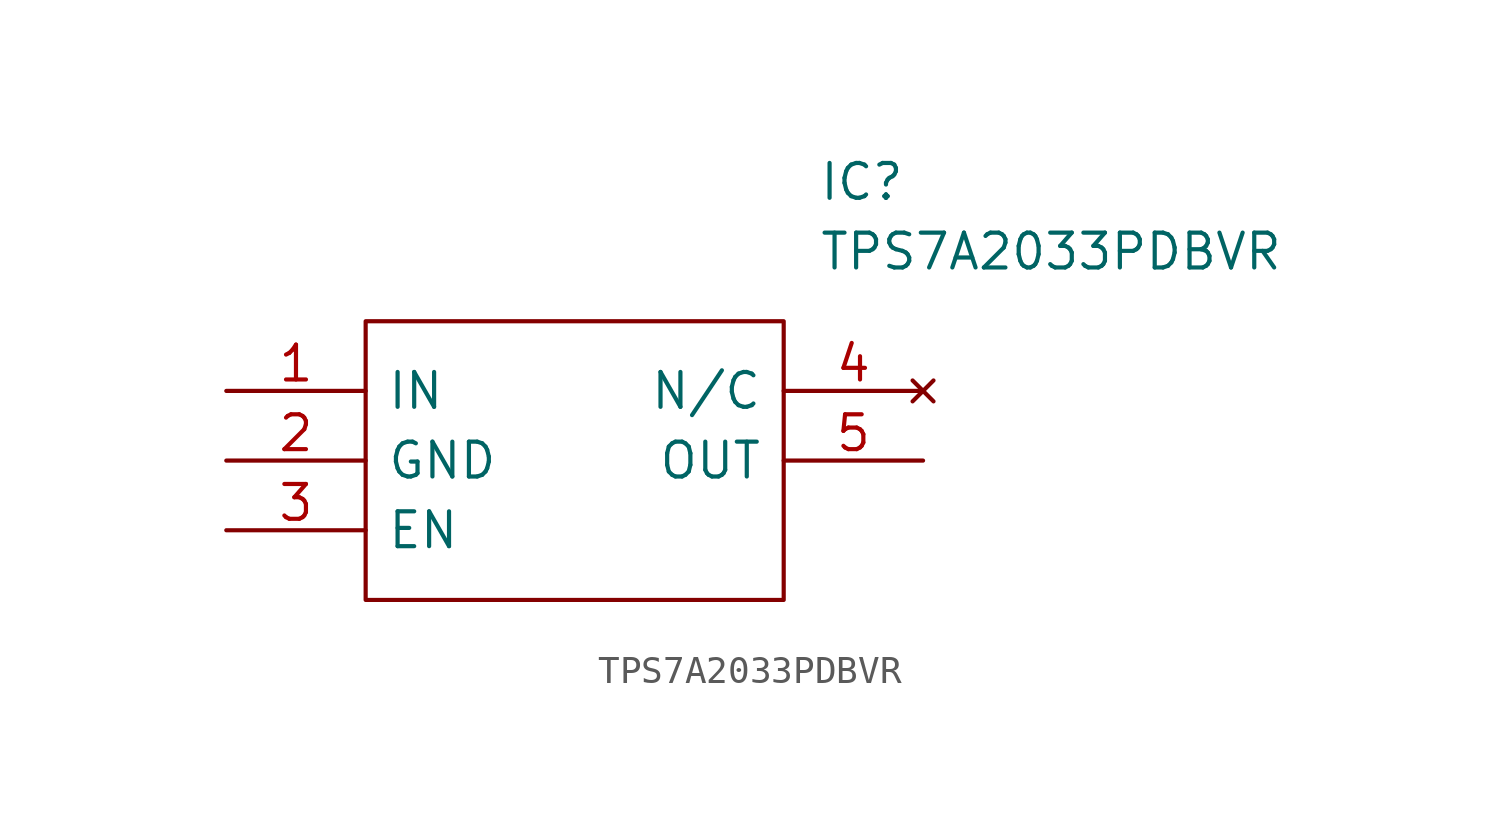
<source format=kicad_sym>
(kicad_symbol_lib
  (version 20211014)
  (generator kicad_symbol_editor)
  (symbol "TPS7A2033PDBVR"
    (pin_names
      (offset 0.762))
    (property "Reference" "IC"
      (at 21.59 7.62 0)
      (effects (font (size 1.27 1.27)) (justify left)))
    (property "Value" "TPS7A2033PDBVR"
      (at 21.59 5.08 0)
      (effects (font (size 1.27 1.27)) (justify left)))
    (symbol "TPS7A2033PDBVR_0_0"
      (pin passive line (at 0 0 0) (length 5.08) (name "IN" (effects (font (size 1.27 1.27)))) (number "1" (effects (font (size 1.27 1.27)))))
      (pin passive line (at 0 -2.54 0) (length 5.08) (name "GND" (effects (font (size 1.27 1.27)))) (number "2" (effects (font (size 1.27 1.27)))))
      (pin passive line (at 0 -5.08 0) (length 5.08) (name "EN" (effects (font (size 1.27 1.27)))) (number "3" (effects (font (size 1.27 1.27)))))
      (pin no_connect line (at 25.4 0 180) (length 5.08) (name "N/C" (effects (font (size 1.27 1.27)))) (number "4" (effects (font (size 1.27 1.27)))))
      (pin passive line (at 25.4 -2.54 180) (length 5.08) (name "OUT" (effects (font (size 1.27 1.27)))) (number "5" (effects (font (size 1.27 1.27))))))
    (symbol "TPS7A2033PDBVR_0_1"
      (polyline (pts (xy 5.08 2.54) (xy 20.32 2.54) (xy 20.32 -7.62) (xy 5.08 -7.62) (xy 5.08 2.54)) (stroke (width 0.152) (type default) (color 0 0 0 0)) (fill (type none))))))
</source>
